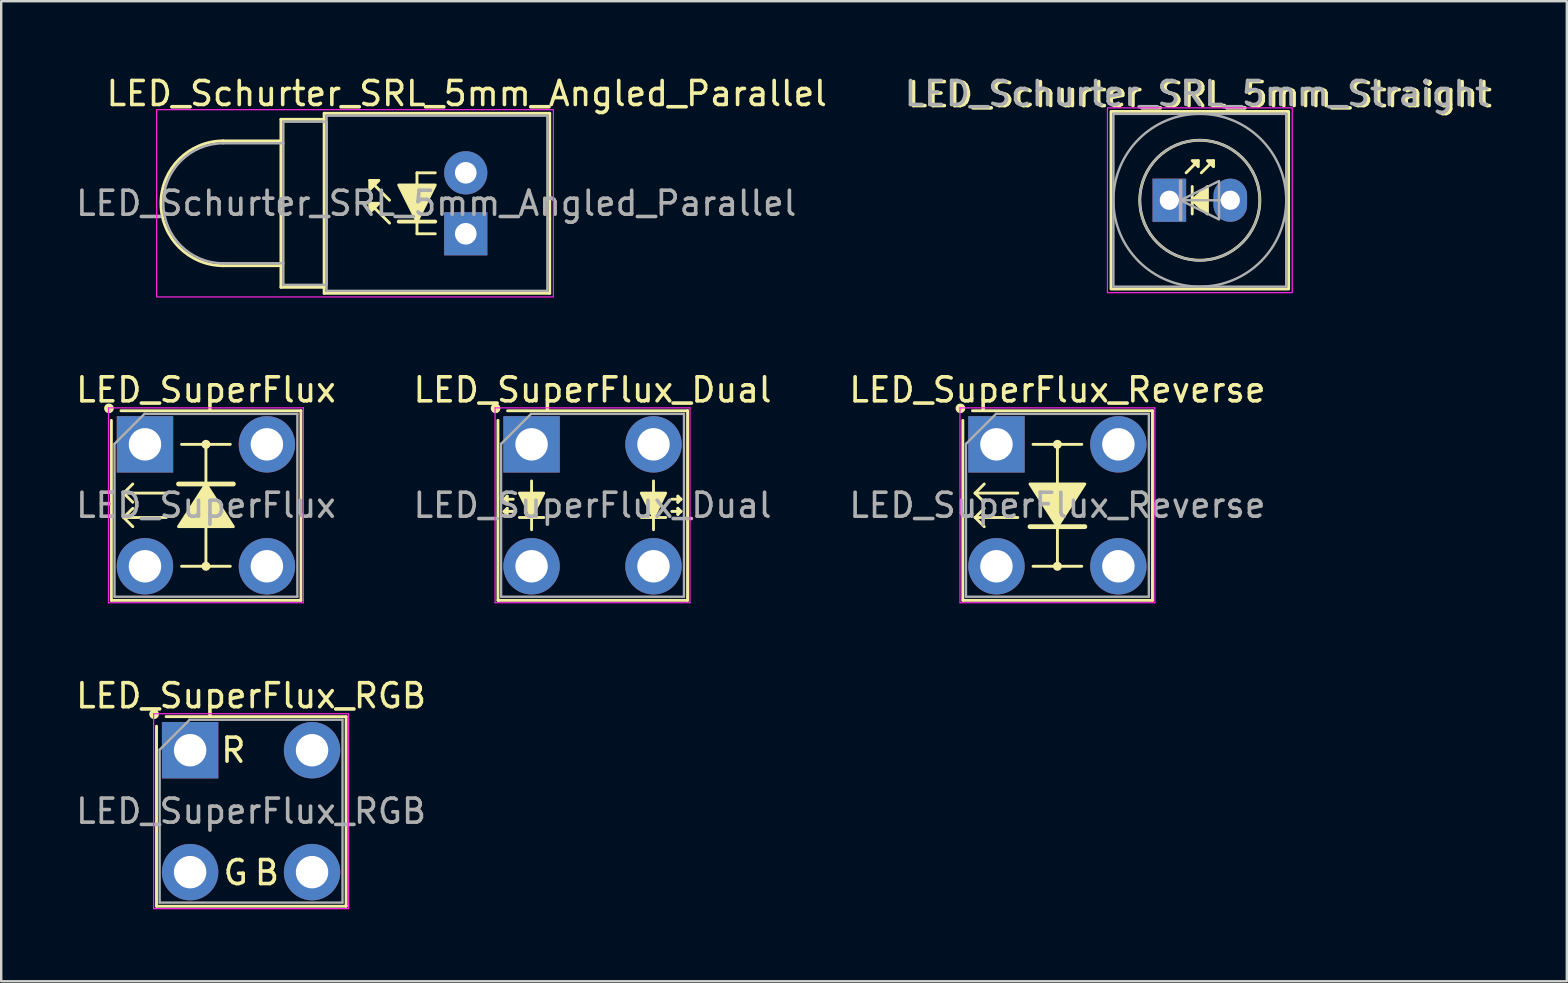
<source format=kicad_pcb>
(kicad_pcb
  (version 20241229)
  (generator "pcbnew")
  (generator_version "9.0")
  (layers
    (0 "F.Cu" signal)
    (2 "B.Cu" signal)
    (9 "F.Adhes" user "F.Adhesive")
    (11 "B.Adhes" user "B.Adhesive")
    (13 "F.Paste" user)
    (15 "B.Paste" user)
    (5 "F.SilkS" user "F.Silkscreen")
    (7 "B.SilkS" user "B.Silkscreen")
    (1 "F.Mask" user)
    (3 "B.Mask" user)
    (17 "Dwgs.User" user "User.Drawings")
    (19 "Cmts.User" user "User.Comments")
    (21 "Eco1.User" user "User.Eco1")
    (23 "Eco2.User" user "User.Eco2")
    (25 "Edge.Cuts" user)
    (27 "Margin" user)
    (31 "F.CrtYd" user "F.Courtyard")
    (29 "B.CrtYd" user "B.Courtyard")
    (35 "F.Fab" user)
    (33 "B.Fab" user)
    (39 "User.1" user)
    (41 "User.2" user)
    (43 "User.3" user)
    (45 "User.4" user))
  (footprint "LED_SuperFlux_Reverse"
    (layer "F.Cu")
    (at 38.466 15.463)
    (property "Reference" "LED_SuperFlux_Reverse" (at 2.54 -2.27 0) (layer "F.SilkS") (effects (font (size 1 1) (thickness 0.15))))
    (attr through_hole)
    (fp_line (start -1.4 6.5) (end -1.4 -1) (stroke (width 0.12) (type solid)) (layer "F.SilkS"))
    (fp_line (start -1 -1.4) (end 6.5 -1.4) (stroke (width 0.12) (type solid)) (layer "F.SilkS"))
    (fp_line (start -0.889 2.032) (end -0.508 2.413) (stroke (width 0.12) (type solid)) (layer "F.SilkS"))
    (fp_line (start -0.889 3.048) (end -0.508 3.429) (stroke (width 0.12) (type solid)) (layer "F.SilkS"))
    (fp_line (start -0.508 1.651) (end -0.889 2.032) (stroke (width 0.12) (type solid)) (layer "F.SilkS"))
    (fp_line (start -0.508 2.667) (end -0.889 3.048) (stroke (width 0.12) (type solid)) (layer "F.SilkS"))
    (fp_line (start 0.889 2.032) (end -0.889 2.032) (stroke (width 0.12) (type solid)) (layer "F.SilkS"))
    (fp_line (start 0.889 3.048) (end -0.889 3.048) (stroke (width 0.12) (type solid)) (layer "F.SilkS"))
    (fp_line (start 1.524 0) (end 3.556 0) (stroke (width 0.12) (type solid)) (layer "F.SilkS"))
    (fp_line (start 1.524 5.08) (end 3.556 5.08) (stroke (width 0.12) (type solid)) (layer "F.SilkS"))
    (fp_line (start 2.54 3.429) (end 1.397 3.429) (stroke (width 0.2) (type solid)) (layer "F.SilkS"))
    (fp_line (start 2.54 3.429) (end 3.683 3.429) (stroke (width 0.2) (type solid)) (layer "F.SilkS"))
    (fp_line (start 2.54 5.08) (end 2.54 0) (stroke (width 0.12) (type solid)) (layer "F.SilkS"))
    (fp_line (start 6.5 -1.4) (end 6.5 6.5) (stroke (width 0.12) (type solid)) (layer "F.SilkS"))
    (fp_line (start 6.5 6.5) (end -1.4 6.5) (stroke (width 0.12) (type solid)) (layer "F.SilkS"))
    (fp_circle (center -1.5 -1.5) (end -1.359 -1.5) (stroke (width 0.12) (type solid)) (fill yes) (layer "F.SilkS"))
    (fp_circle (center 2.54 0) (end 2.667 0) (stroke (width 0.12) (type solid)) (fill yes) (layer "F.SilkS"))
    (fp_circle (center 2.54 5.08) (end 2.667 5.08) (stroke (width 0.12) (type solid)) (fill yes) (layer "F.SilkS"))
    (fp_poly (pts (xy 1.397 1.651) (xy 3.683 1.651) (xy 2.54 3.429)) (stroke (width 0.12) (type solid)) (fill yes) (layer "F.SilkS"))
    (fp_line (start -1.52 -1.52) (end -1.52 6.6) (stroke (width 0.05) (type solid)) (layer "F.CrtYd"))
    (fp_line (start -1.52 6.6) (end 6.6 6.6) (stroke (width 0.05) (type solid)) (layer "F.CrtYd"))
    (fp_line (start 6.6 -1.52) (end -1.52 -1.52) (stroke (width 0.05) (type solid)) (layer "F.CrtYd"))
    (fp_line (start 6.6 6.6) (end 6.6 -1.52) (stroke (width 0.05) (type solid)) (layer "F.CrtYd"))
    (fp_line (start -1.27 -0.02) (end -0.02 -1.27) (stroke (width 0.1) (type solid)) (layer "F.Fab"))
    (fp_line (start -1.27 6.35) (end -1.27 -0.02) (stroke (width 0.1) (type solid)) (layer "F.Fab"))
    (fp_line (start -0.02 -1.27) (end 6.35 -1.27) (stroke (width 0.1) (type solid)) (layer "F.Fab"))
    (fp_line (start 6.35 -1.27) (end 6.35 6.35) (stroke (width 0.1) (type solid)) (layer "F.Fab"))
    (fp_line (start 6.35 6.35) (end -1.27 6.35) (stroke (width 0.1) (type solid)) (layer "F.Fab"))
    (fp_text user "${REFERENCE}" (at 2.54 2.54 0) (layer "F.Fab") (effects (font (size 1 1) (thickness 0.15))))
    (pad "1" thru_hole rect (at 0 0) (size 2.35 2.35) (drill 1.35) (layers "*.Cu" "*.Mask"))
    (pad "1" thru_hole circle (at 5.08 0) (size 2.35 2.35) (drill 1.35) (layers "*.Cu" "*.Mask"))
    (pad "2" thru_hole circle (at 0 5.08) (size 2.35 2.35) (drill 1.35) (layers "*.Cu" "*.Mask"))
    (pad "2" thru_hole circle (at 5.08 5.08) (size 2.35 2.35) (drill 1.35) (layers "*.Cu" "*.Mask")))
  (footprint "LED_Schurter_SRL_5mm_Straight"
    (layer "F.Cu")
    (at 45.669 5.293)
    (property "Reference" "LED_Schurter_SRL_5mm_Straight" (at 1.27 -4.4 0) (layer "F.SilkS") (effects (font (size 1 1) (thickness 0.15))))
    (fp_line (start 0.699 -1.143) (end 1.206 -1.651) (stroke (width 0.12) (type solid)) (layer "F.SilkS"))
    (fp_line (start 0.953 -0.572) (end 0.953 0.572) (stroke (width 0.12) (type solid)) (layer "F.SilkS"))
    (fp_line (start 1.333 -1.143) (end 1.841 -1.651) (stroke (width 0.12) (type solid)) (layer "F.SilkS"))
    (fp_rect (start -2.43 -3.7) (end 4.97 3.7) (stroke (width 0.12) (type default)) (fill no) (layer "F.SilkS"))
    (fp_circle (center 1.27 0) (end 3.77 0) (stroke (width 0.12) (type default)) (fill no) (layer "F.SilkS"))
    (fp_poly (pts (xy 1.206 -1.397) (xy 0.953 -1.651) (xy 1.206 -1.651)) (stroke (width 0.12) (type solid)) (fill yes) (layer "F.SilkS"))
    (fp_poly (pts (xy 1.587 0.572) (xy 0.953 0) (xy 1.587 -0.572)) (stroke (width 0.12) (type solid)) (fill yes) (layer "F.SilkS"))
    (fp_poly (pts (xy 1.841 -1.397) (xy 1.587 -1.651) (xy 1.841 -1.651)) (stroke (width 0.12) (type solid)) (fill yes) (layer "F.SilkS"))
    (fp_rect (start -2.58 -3.85) (end 5.12 3.85) (stroke (width 0.05) (type default)) (fill no) (layer "F.CrtYd"))
    (fp_line (start 0.47 0) (end 0.47 -0.8) (stroke (width 0.15) (type default)) (layer "F.Fab"))
    (fp_line (start 0.47 0) (end 0.47 0.8) (stroke (width 0.15) (type default)) (layer "F.Fab"))
    (fp_line (start 2.47 0) (end 0.07 0) (stroke (width 0.1) (type default)) (layer "F.Fab"))
    (fp_rect (start -2.33 -3.6) (end 4.87 3.6) (stroke (width 0.1) (type default)) (fill no) (layer "F.Fab"))
    (fp_circle (center 1.27 0) (end 3.77 0) (stroke (width 0.1) (type default)) (fill no) (layer "F.Fab"))
    (fp_circle (center 1.27 0) (end 4.87 0) (stroke (width 0.1) (type default)) (fill no) (layer "F.Fab"))
    (fp_poly (pts (xy 0.47 0) (xy 2.07 -0.8) (xy 2.07 0.8)) (stroke (width 0.1) (type solid)) (fill no) (layer "F.Fab"))
    (fp_text user "${REFERENCE}" (at 1.143 -4.445 0) (layer "F.Fab") (effects (font (size 1 1) (thickness 0.15))))
    (pad "1" thru_hole rect (at 0 0) (size 1.4 1.8) (drill 0.8) (layers "*.Cu" "*.Mask"))
    (pad "2" thru_hole oval (at 2.54 0) (size 1.4 1.8) (drill 0.8) (layers "*.Cu" "*.Mask")))
  (footprint "LED_SuperFlux_RGB"
    (layer "F.Cu")
    (at 4.871 28.207)
    (property "Reference" "LED_SuperFlux_RGB" (at 2.54 -2.27 0) (layer "F.SilkS") (effects (font (size 1 1) (thickness 0.15))))
    (attr through_hole)
    (fp_line (start -1.4 6.5) (end -1.4 -1) (stroke (width 0.12) (type solid)) (layer "F.SilkS"))
    (fp_line (start -1 -1.4) (end 6.5 -1.4) (stroke (width 0.12) (type solid)) (layer "F.SilkS"))
    (fp_line (start 6.5 -1.4) (end 6.5 6.5) (stroke (width 0.12) (type solid)) (layer "F.SilkS"))
    (fp_line (start 6.5 6.5) (end -1.4 6.5) (stroke (width 0.12) (type solid)) (layer "F.SilkS"))
    (fp_circle (center -1.5 -1.5) (end -1.359 -1.5) (stroke (width 0.12) (type solid)) (fill yes) (layer "F.SilkS"))
    (fp_line (start -1.52 -1.52) (end -1.52 6.6) (stroke (width 0.05) (type solid)) (layer "F.CrtYd"))
    (fp_line (start -1.52 6.6) (end 6.6 6.6) (stroke (width 0.05) (type solid)) (layer "F.CrtYd"))
    (fp_line (start 6.6 -1.52) (end -1.52 -1.52) (stroke (width 0.05) (type solid)) (layer "F.CrtYd"))
    (fp_line (start 6.6 6.6) (end 6.6 -1.52) (stroke (width 0.05) (type solid)) (layer "F.CrtYd"))
    (fp_line (start -1.27 -0.02) (end -0.02 -1.27) (stroke (width 0.1) (type solid)) (layer "F.Fab"))
    (fp_line (start -1.27 6.35) (end -1.27 -0.02) (stroke (width 0.1) (type solid)) (layer "F.Fab"))
    (fp_line (start -0.02 -1.27) (end 6.35 -1.27) (stroke (width 0.1) (type solid)) (layer "F.Fab"))
    (fp_line (start 6.35 -1.27) (end 6.35 6.35) (stroke (width 0.1) (type solid)) (layer "F.Fab"))
    (fp_line (start 6.35 6.35) (end -1.27 6.35) (stroke (width 0.1) (type solid)) (layer "F.Fab"))
    (fp_text user "G" (at 1.9 5.1 0) (unlocked yes) (layer "F.SilkS") (effects (font (size 1 1) (thickness 0.15))))
    (fp_text user "R" (at 1.8 0 0) (unlocked yes) (layer "F.SilkS") (effects (font (size 1 1) (thickness 0.15))))
    (fp_text user "B" (at 3.2 5.1 0) (unlocked yes) (layer "F.SilkS") (effects (font (size 1 1) (thickness 0.15))))
    (fp_text user "${REFERENCE}" (at 2.54 2.54 0) (layer "F.Fab") (effects (font (size 1 1) (thickness 0.15))))
    (pad "1" thru_hole rect (at 0 0) (size 2.35 2.35) (drill 1.35) (layers "*.Cu" "*.Mask"))
    (pad "2" thru_hole circle (at 0 5.08) (size 2.35 2.35) (drill 1.35) (layers "*.Cu" "*.Mask"))
    (pad "3" thru_hole circle (at 5.08 5.08) (size 2.35 2.35) (drill 1.35) (layers "*.Cu" "*.Mask"))
    (pad "4" thru_hole circle (at 5.08 0) (size 2.35 2.35) (drill 1.35) (layers "*.Cu" "*.Mask")))
  (footprint "LED_Schurter_SRL_5mm_Angled_Parallel"
    (layer "F.Cu")
    (at 16.355 6.69)
    (property "Reference" "LED_Schurter_SRL_5mm_Angled_Parallel" (at 0.04 -5.842 0) (layer "F.SilkS") (effects (font (size 1 1) (thickness 0.15))))
    (fp_line (start -10.1 -3.87) (end -7.7 -3.87) (stroke (width 0.12) (type default)) (layer "F.SilkS"))
    (fp_line (start -10.1 1.33) (end -7.7 1.33) (stroke (width 0.12) (type default)) (layer "F.SilkS"))
    (fp_line (start -7.7 -4.77) (end -5.9 -4.77) (stroke (width 0.12) (type default)) (layer "F.SilkS"))
    (fp_line (start -7.7 2.23) (end -7.7 -4.77) (stroke (width 0.12) (type default)) (layer "F.SilkS"))
    (fp_line (start -5.9 -5.02) (end -5.9 2.48) (stroke (width 0.12) (type default)) (layer "F.SilkS"))
    (fp_line (start -5.9 -5.02) (end 3.5 -5.02) (stroke (width 0.12) (type default)) (layer "F.SilkS"))
    (fp_line (start -5.9 2.23) (end -7.7 2.23) (stroke (width 0.12) (type default)) (layer "F.SilkS"))
    (fp_line (start -5.9 2.48) (end 3.5 2.48) (stroke (width 0.12) (type default)) (layer "F.SilkS"))
    (fp_line (start -3.175 -1.397) (end -4 -2.223) (stroke (width 0.12) (type solid)) (layer "F.SilkS"))
    (fp_line (start -3.175 -0.445) (end -4 -1.27) (stroke (width 0.12) (type solid)) (layer "F.SilkS"))
    (fp_line (start -2.032 -2.54) (end -2.032 0) (stroke (width 0.12) (type default)) (layer "F.SilkS"))
    (fp_line (start -2.032 -2.54) (end -1.27 -2.54) (stroke (width 0.12) (type default)) (layer "F.SilkS"))
    (fp_line (start -2.032 0) (end -1.27 0) (stroke (width 0.12) (type default)) (layer "F.SilkS"))
    (fp_line (start -1.27 -0.508) (end -2.794 -0.508) (stroke (width 0.16) (type default)) (layer "F.SilkS"))
    (fp_line (start 3.5 -5.02) (end 3.5 -0.62) (stroke (width 0.12) (type default)) (layer "F.SilkS"))
    (fp_line (start 3.5 2.48) (end 3.5 -0.62) (stroke (width 0.12) (type default)) (layer "F.SilkS"))
    (fp_arc (start -10.1 1.33) (mid -12.7 -1.27) (end -10.1 -3.87) (stroke (width 0.12) (type default)) (layer "F.SilkS"))
    (fp_poly (pts (xy -3.619 -2.223) (xy -4 -1.841) (xy -4 -2.223)) (stroke (width 0.12) (type solid)) (fill yes) (layer "F.SilkS"))
    (fp_poly (pts (xy -3.619 -1.27) (xy -4 -0.889) (xy -4 -1.27)) (stroke (width 0.12) (type solid)) (fill yes) (layer "F.SilkS"))
    (fp_poly (pts (xy -2.032 -0.508) (xy -1.27 -2.032) (xy -2.794 -2.032)) (stroke (width 0.12) (type solid)) (fill yes) (layer "F.SilkS"))
    (fp_rect (start -12.88 -5.17) (end 3.65 2.63) (stroke (width 0.05) (type default)) (fill no) (layer "F.CrtYd"))
    (fp_line (start -10.1 -3.77) (end -7.6 -3.77) (stroke (width 0.1) (type default)) (layer "F.Fab"))
    (fp_line (start -10.1 1.23) (end -7.6 1.23) (stroke (width 0.1) (type default)) (layer "F.Fab"))
    (fp_rect (start -7.6 -4.67) (end -5.8 2.13) (stroke (width 0.1) (type default)) (fill no) (layer "F.Fab"))
    (fp_rect (start -5.8 -4.92) (end 3.4 2.38) (stroke (width 0.1) (type default)) (fill no) (layer "F.Fab"))
    (fp_arc (start -10.1 1.23) (mid -12.6 -1.27) (end -10.1 -3.77) (stroke (width 0.1) (type default)) (layer "F.Fab"))
    (fp_text user "${REFERENCE}" (at -1.23 -1.27 0) (layer "F.Fab") (effects (font (size 1 1) (thickness 0.15))))
    (pad "1" thru_hole rect (at 0 0) (size 1.8 1.8) (drill 0.9) (layers "*.Cu" "*.Mask"))
    (pad "2" thru_hole oval (at 0 -2.54) (size 1.8 1.8) (drill 0.9) (layers "*.Cu" "*.Mask")))
  (footprint "LED_SuperFlux_Dual"
    (layer "F.Cu")
    (at 19.097 15.463)
    (property "Reference" "LED_SuperFlux_Dual" (at 2.54 -2.27 0) (layer "F.SilkS") (effects (font (size 1 1) (thickness 0.15))))
    (attr through_hole)
    (fp_line (start -1.4 6.5) (end -1.4 -1) (stroke (width 0.12) (type solid)) (layer "F.SilkS"))
    (fp_line (start -1.143 2.286) (end -1.016 2.413) (stroke (width 0.12) (type solid)) (layer "F.SilkS"))
    (fp_line (start -1.143 2.794) (end -1.016 2.921) (stroke (width 0.12) (type solid)) (layer "F.SilkS"))
    (fp_line (start -1.016 2.159) (end -1.143 2.286) (stroke (width 0.12) (type solid)) (layer "F.SilkS"))
    (fp_line (start -1.016 2.413) (end -1.016 2.159) (stroke (width 0.12) (type solid)) (layer "F.SilkS"))
    (fp_line (start -1.016 2.667) (end -1.143 2.794) (stroke (width 0.12) (type solid)) (layer "F.SilkS"))
    (fp_line (start -1.016 2.921) (end -1.016 2.667) (stroke (width 0.12) (type solid)) (layer "F.SilkS"))
    (fp_line (start -1 -1.4) (end 6.5 -1.4) (stroke (width 0.12) (type solid)) (layer "F.SilkS"))
    (fp_line (start -0.762 2.286) (end -1.143 2.286) (stroke (width 0.12) (type solid)) (layer "F.SilkS"))
    (fp_line (start -0.762 2.794) (end -1.143 2.794) (stroke (width 0.12) (type solid)) (layer "F.SilkS"))
    (fp_line (start -0.508 3.048) (end 0.508 3.048) (stroke (width 0.12) (type solid)) (layer "F.SilkS"))
    (fp_line (start 0 1.524) (end 0 3.556) (stroke (width 0.12) (type solid)) (layer "F.SilkS"))
    (fp_line (start 4.572 3.048) (end 5.588 3.048) (stroke (width 0.12) (type solid)) (layer "F.SilkS"))
    (fp_line (start 5.08 1.524) (end 5.08 3.556) (stroke (width 0.12) (type solid)) (layer "F.SilkS"))
    (fp_line (start 5.842 2.286) (end 6.223 2.286) (stroke (width 0.12) (type solid)) (layer "F.SilkS"))
    (fp_line (start 5.842 2.794) (end 6.223 2.794) (stroke (width 0.12) (type solid)) (layer "F.SilkS"))
    (fp_line (start 6.096 2.159) (end 6.096 2.413) (stroke (width 0.12) (type solid)) (layer "F.SilkS"))
    (fp_line (start 6.096 2.413) (end 6.223 2.286) (stroke (width 0.12) (type solid)) (layer "F.SilkS"))
    (fp_line (start 6.096 2.667) (end 6.096 2.921) (stroke (width 0.12) (type solid)) (layer "F.SilkS"))
    (fp_line (start 6.096 2.921) (end 6.223 2.794) (stroke (width 0.12) (type solid)) (layer "F.SilkS"))
    (fp_line (start 6.223 2.286) (end 6.096 2.159) (stroke (width 0.12) (type solid)) (layer "F.SilkS"))
    (fp_line (start 6.223 2.794) (end 6.096 2.667) (stroke (width 0.12) (type solid)) (layer "F.SilkS"))
    (fp_line (start 6.5 -1.4) (end 6.5 6.5) (stroke (width 0.12) (type solid)) (layer "F.SilkS"))
    (fp_line (start 6.5 6.5) (end -1.4 6.5) (stroke (width 0.12) (type solid)) (layer "F.SilkS"))
    (fp_circle (center -1.5 -1.5) (end -1.359 -1.5) (stroke (width 0.12) (type solid)) (fill yes) (layer "F.SilkS"))
    (fp_poly (pts (xy 0.508 2.032) (xy 0 3.048) (xy -0.508 2.032)) (stroke (width 0.12) (type solid)) (fill yes) (layer "F.SilkS"))
    (fp_poly (pts (xy 5.588 2.032) (xy 5.08 3.048) (xy 4.572 2.032)) (stroke (width 0.12) (type solid)) (fill yes) (layer "F.SilkS"))
    (fp_line (start -1.52 -1.52) (end -1.52 6.6) (stroke (width 0.05) (type solid)) (layer "F.CrtYd"))
    (fp_line (start -1.52 6.6) (end 6.6 6.6) (stroke (width 0.05) (type solid)) (layer "F.CrtYd"))
    (fp_line (start 6.6 -1.52) (end -1.52 -1.52) (stroke (width 0.05) (type solid)) (layer "F.CrtYd"))
    (fp_line (start 6.6 6.6) (end 6.6 -1.52) (stroke (width 0.05) (type solid)) (layer "F.CrtYd"))
    (fp_line (start -1.27 -0.02) (end -0.02 -1.27) (stroke (width 0.1) (type solid)) (layer "F.Fab"))
    (fp_line (start -1.27 6.35) (end -1.27 -0.02) (stroke (width 0.1) (type solid)) (layer "F.Fab"))
    (fp_line (start -0.02 -1.27) (end 6.35 -1.27) (stroke (width 0.1) (type solid)) (layer "F.Fab"))
    (fp_line (start 6.35 -1.27) (end 6.35 6.35) (stroke (width 0.1) (type solid)) (layer "F.Fab"))
    (fp_line (start 6.35 6.35) (end -1.27 6.35) (stroke (width 0.1) (type solid)) (layer "F.Fab"))
    (fp_text user "${REFERENCE}" (at 2.54 2.54 0) (layer "F.Fab") (effects (font (size 1 1) (thickness 0.15))))
    (pad "1" thru_hole rect (at 0 0) (size 2.35 2.35) (drill 1.35) (layers "*.Cu" "*.Mask"))
    (pad "2" thru_hole circle (at 0 5.08) (size 2.35 2.35) (drill 1.35) (layers "*.Cu" "*.Mask"))
    (pad "3" thru_hole circle (at 5.08 5.08) (size 2.35 2.35) (drill 1.35) (layers "*.Cu" "*.Mask"))
    (pad "4" thru_hole circle (at 5.08 0) (size 2.35 2.35) (drill 1.35) (layers "*.Cu" "*.Mask")))
  (footprint "LED_SuperFlux"
    (layer "F.Cu")
    (at 2.99 15.463)
    (property "Reference" "LED_SuperFlux" (at 2.54 -2.27 0) (layer "F.SilkS") (effects (font (size 1 1) (thickness 0.15))))
    (attr through_hole)
    (fp_line (start -1.4 6.5) (end -1.4 -1) (stroke (width 0.12) (type solid)) (layer "F.SilkS"))
    (fp_line (start -1 -1.4) (end 6.5 -1.4) (stroke (width 0.12) (type solid)) (layer "F.SilkS"))
    (fp_line (start -0.889 2.032) (end -0.508 2.413) (stroke (width 0.12) (type solid)) (layer "F.SilkS"))
    (fp_line (start -0.889 3.048) (end -0.508 3.429) (stroke (width 0.12) (type solid)) (layer "F.SilkS"))
    (fp_line (start -0.508 1.651) (end -0.889 2.032) (stroke (width 0.12) (type solid)) (layer "F.SilkS"))
    (fp_line (start -0.508 2.667) (end -0.889 3.048) (stroke (width 0.12) (type solid)) (layer "F.SilkS"))
    (fp_line (start 0.889 2.032) (end -0.889 2.032) (stroke (width 0.12) (type solid)) (layer "F.SilkS"))
    (fp_line (start 0.889 3.048) (end -0.889 3.048) (stroke (width 0.12) (type solid)) (layer "F.SilkS"))
    (fp_line (start 1.524 0) (end 3.556 0) (stroke (width 0.12) (type solid)) (layer "F.SilkS"))
    (fp_line (start 1.524 5.08) (end 3.556 5.08) (stroke (width 0.12) (type solid)) (layer "F.SilkS"))
    (fp_line (start 2.54 1.651) (end 1.397 1.651) (stroke (width 0.2) (type solid)) (layer "F.SilkS"))
    (fp_line (start 2.54 1.651) (end 3.683 1.651) (stroke (width 0.2) (type solid)) (layer "F.SilkS"))
    (fp_line (start 2.54 5.08) (end 2.54 0) (stroke (width 0.12) (type solid)) (layer "F.SilkS"))
    (fp_line (start 6.5 -1.4) (end 6.5 6.5) (stroke (width 0.12) (type solid)) (layer "F.SilkS"))
    (fp_line (start 6.5 6.5) (end -1.4 6.5) (stroke (width 0.12) (type solid)) (layer "F.SilkS"))
    (fp_circle (center -1.5 -1.5) (end -1.359 -1.5) (stroke (width 0.12) (type solid)) (fill yes) (layer "F.SilkS"))
    (fp_circle (center 2.54 0) (end 2.667 0) (stroke (width 0.12) (type solid)) (fill yes) (layer "F.SilkS"))
    (fp_circle (center 2.54 5.08) (end 2.667 5.08) (stroke (width 0.12) (type solid)) (fill yes) (layer "F.SilkS"))
    (fp_poly (pts (xy 3.683 3.429) (xy 1.397 3.429) (xy 2.54 1.651)) (stroke (width 0.12) (type solid)) (fill yes) (layer "F.SilkS"))
    (fp_line (start -1.52 -1.52) (end -1.52 6.6) (stroke (width 0.05) (type solid)) (layer "F.CrtYd"))
    (fp_line (start -1.52 6.6) (end 6.6 6.6) (stroke (width 0.05) (type solid)) (layer "F.CrtYd"))
    (fp_line (start 6.6 -1.52) (end -1.52 -1.52) (stroke (width 0.05) (type solid)) (layer "F.CrtYd"))
    (fp_line (start 6.6 6.6) (end 6.6 -1.52) (stroke (width 0.05) (type solid)) (layer "F.CrtYd"))
    (fp_line (start -1.27 -0.02) (end -0.02 -1.27) (stroke (width 0.1) (type solid)) (layer "F.Fab"))
    (fp_line (start -1.27 6.35) (end -1.27 -0.02) (stroke (width 0.1) (type solid)) (layer "F.Fab"))
    (fp_line (start -0.02 -1.27) (end 6.35 -1.27) (stroke (width 0.1) (type solid)) (layer "F.Fab"))
    (fp_line (start 6.35 -1.27) (end 6.35 6.35) (stroke (width 0.1) (type solid)) (layer "F.Fab"))
    (fp_line (start 6.35 6.35) (end -1.27 6.35) (stroke (width 0.1) (type solid)) (layer "F.Fab"))
    (fp_text user "${REFERENCE}" (at 2.54 2.54 0) (layer "F.Fab") (effects (font (size 1 1) (thickness 0.15))))
    (pad "1" thru_hole rect (at 0 0) (size 2.35 2.35) (drill 1.35) (layers "*.Cu" "*.Mask"))
    (pad "1" thru_hole circle (at 5.08 0) (size 2.35 2.35) (drill 1.35) (layers "*.Cu" "*.Mask"))
    (pad "2" thru_hole circle (at 0 5.08) (size 2.35 2.35) (drill 1.35) (layers "*.Cu" "*.Mask"))
    (pad "2" thru_hole circle (at 5.08 5.08) (size 2.35 2.35) (drill 1.35) (layers "*.Cu" "*.Mask")))
  (gr_rect
    (start -3 -3)
    (end 62.23 37.832)
    (stroke (width 0.1) (type default))
    (fill no)
    (layer "Edge.Cuts")))
</source>
